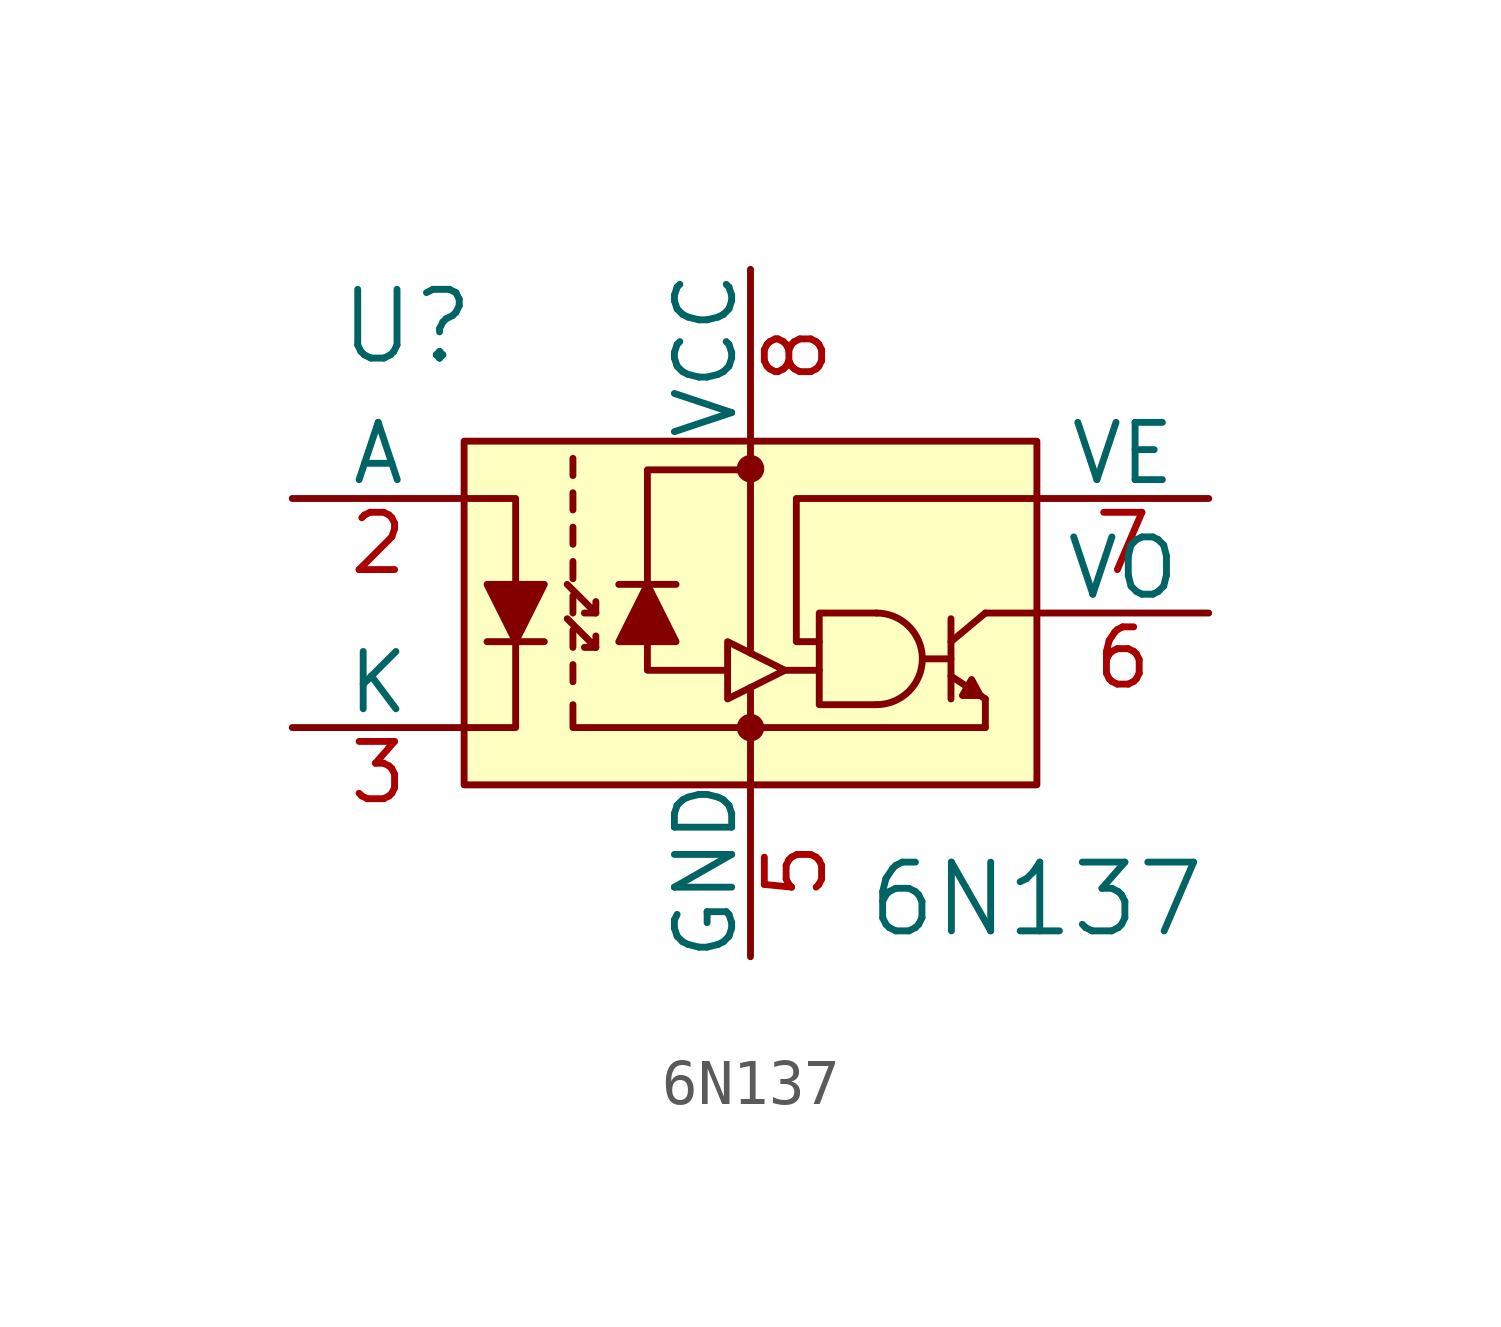
<source format=kicad_sym>
(kicad_symbol_lib
  (version 20231120)
  (generator "kicad_symbol_editor")
  (generator_version "8.0")
  (symbol "6N137"
    (pin_names
      (offset 0))
    (property "Reference" "U"
      (at -7.62 6.35 0)
      (effects (font (size 1.524 1.524))))
    (property "Value" "6N137"
      (at 2.54 -6.35 0)
      (effects (font (size 1.524 1.524)) (justify left)))
    (symbol "6N137_0_1"
      (rectangle (start -6.35 3.81) (end 6.35 -3.81) (stroke (width 0) (type solid)) (fill (type background)))
      (polyline (pts (xy -5.842 -0.635) (xy -4.572 -0.635)) (stroke (width 0) (type solid)) (fill (type none)))
      (polyline (pts (xy -3.937 -1.143) (xy -3.937 -1.524)) (stroke (width 0) (type solid)) (fill (type none)))
      (polyline (pts (xy -3.937 -0.381) (xy -3.937 -0.762)) (stroke (width 0) (type solid)) (fill (type none)))
      (polyline (pts (xy -3.937 0.381) (xy -3.937 0)) (stroke (width 0) (type solid)) (fill (type none)))
      (polyline (pts (xy -3.937 1.143) (xy -3.937 0.762)) (stroke (width 0) (type solid)) (fill (type none)))
      (polyline (pts (xy -3.937 1.905) (xy -3.937 1.524)) (stroke (width 0) (type solid)) (fill (type none)))
      (polyline (pts (xy -3.937 2.667) (xy -3.937 2.286)) (stroke (width 0) (type solid)) (fill (type none)))
      (polyline (pts (xy -3.937 3.429) (xy -3.937 3.048)) (stroke (width 0) (type solid)) (fill (type none)))
      (polyline (pts (xy -3.429 -0.762) (xy -3.683 -0.762)) (stroke (width 0) (type solid)) (fill (type none)))
      (polyline (pts (xy -3.429 0) (xy -3.683 0)) (stroke (width 0) (type solid)) (fill (type none)))
      (polyline (pts (xy -2.921 0.635) (xy -1.651 0.635)) (stroke (width 0) (type solid)) (fill (type none)))
      (polyline (pts (xy 0 -3.81) (xy 0 -2.54)) (stroke (width 0) (type solid)) (fill (type none)))
      (polyline (pts (xy 0 -2.54) (xy 0 -1.651)) (stroke (width 0) (type solid)) (fill (type none)))
      (polyline (pts (xy 0 3.81) (xy 0 -0.889)) (stroke (width 0) (type solid)) (fill (type none)))
      (polyline (pts (xy 1.524 -1.27) (xy 0.762 -1.27)) (stroke (width 0) (type solid)) (fill (type none)))
      (polyline (pts (xy 3.81 -1.016) (xy 4.445 -1.016)) (stroke (width 0) (type solid)) (fill (type none)))
      (polyline (pts (xy 4.445 -1.397) (xy 5.207 -1.905)) (stroke (width 0) (type solid)) (fill (type none)))
      (polyline (pts (xy 4.445 -0.635) (xy 5.207 0)) (stroke (width 0) (type solid)) (fill (type none)))
      (polyline (pts (xy 4.445 -0.127) (xy 4.445 -1.905)) (stroke (width 0) (type solid)) (fill (type none)))
      (polyline (pts (xy 5.207 -2.54) (xy 0 -2.54)) (stroke (width 0) (type solid)) (fill (type none)))
      (polyline (pts (xy 5.207 -1.905) (xy 5.207 -2.54)) (stroke (width 0) (type solid)) (fill (type none)))
      (polyline (pts (xy 6.35 0) (xy 5.207 0)) (stroke (width 0) (type solid)) (fill (type none)))
      (polyline (pts (xy -5.207 -0.635) (xy -5.207 -2.54) (xy -6.35 -2.54)) (stroke (width 0) (type solid)) (fill (type none)))
      (polyline (pts (xy -5.207 0.635) (xy -5.207 2.54) (xy -6.35 2.54)) (stroke (width 0) (type solid)) (fill (type none)))
      (polyline (pts (xy -4.064 -0.127) (xy -3.429 -0.762) (xy -3.429 -0.508)) (stroke (width 0) (type solid)) (fill (type none)))
      (polyline (pts (xy -4.064 0.635) (xy -3.429 0) (xy -3.429 0.254)) (stroke (width 0) (type solid)) (fill (type none)))
      (polyline (pts (xy -0.508 -1.27) (xy -2.286 -1.27) (xy -2.286 -0.635)) (stroke (width 0) (type solid)) (fill (type none)))
      (polyline (pts (xy 0 -2.54) (xy -3.937 -2.54) (xy -3.937 -2.032)) (stroke (width 0) (type solid)) (fill (type none)))
      (polyline (pts (xy 0 3.175) (xy -2.286 3.175) (xy -2.286 0.635)) (stroke (width 0) (type solid)) (fill (type none)))
      (polyline (pts (xy -5.842 0.635) (xy -4.572 0.635) (xy -5.207 -0.635) (xy -5.842 0.635)) (stroke (width 0) (type solid)) (fill (type outline)))
      (polyline (pts (xy -2.921 -0.635) (xy -1.651 -0.635) (xy -2.286 0.635) (xy -2.921 -0.635)) (stroke (width 0) (type solid)) (fill (type outline)))
      (polyline (pts (xy 0.762 -1.27) (xy -0.508 -0.635) (xy -0.508 -1.905) (xy 0.762 -1.27)) (stroke (width 0) (type solid)) (fill (type none)))
      (polyline (pts (xy 1.524 -0.635) (xy 1.016 -0.635) (xy 1.016 2.54) (xy 6.35 2.54)) (stroke (width 0) (type solid)) (fill (type none)))
      (polyline (pts (xy 2.794 0) (xy 1.524 0) (xy 1.524 -2.032) (xy 2.794 -2.032)) (stroke (width 0) (type solid)) (fill (type none)))
      (polyline (pts (xy 5.08 -1.803) (xy 4.902 -1.473) (xy 4.699 -1.829) (xy 5.105 -1.829)) (stroke (width 0) (type solid)) (fill (type outline)))
      (arc (start 2.794 -2.032) (mid 3.81 -1.016) (end 2.794 0) (stroke (width 0) (type solid)) (fill (type none))))
    (symbol "6N137_1_1"
      (circle (center 0 -2.54) (radius 0.229) (stroke (width 0) (type solid)) (fill (type outline)))
      (circle (center 0 3.2) (radius 0.229) (stroke (width 0) (type solid)) (fill (type outline)))
      (pin no_connect line (at -5.08 7.62 270) (length 3.81) hide (name "NC" (effects (font (size 1.27 1.27)))) (number "1" (effects (font (size 1.27 1.27)))))
      (pin passive line (at -10.16 2.54 0) (length 3.81) (name "A" (effects (font (size 1.27 1.27)))) (number "2" (effects (font (size 1.27 1.27)))))
      (pin passive line (at -10.16 -2.54 0) (length 3.81) (name "K" (effects (font (size 1.27 1.27)))) (number "3" (effects (font (size 1.27 1.27)))))
      (pin no_connect line (at -5.08 -7.62 90) (length 3.81) hide (name "NC" (effects (font (size 1.27 1.27)))) (number "4" (effects (font (size 1.27 1.27)))))
      (pin power_in line (at 0 -7.62 90) (length 3.81) (name "GND" (effects (font (size 1.27 1.27)))) (number "5" (effects (font (size 1.27 1.27)))))
      (pin output line (at 10.16 0 180) (length 3.81) (name "VO" (effects (font (size 1.27 1.27)))) (number "6" (effects (font (size 1.27 1.27)))))
      (pin input line (at 10.16 2.54 180) (length 3.81) (name "VE" (effects (font (size 1.27 1.27)))) (number "7" (effects (font (size 1.27 1.27)))))
      (pin power_in line (at 0 7.62 270) (length 3.81) (name "VCC" (effects (font (size 1.27 1.27)))) (number "8" (effects (font (size 1.27 1.27))))))))
</source>
